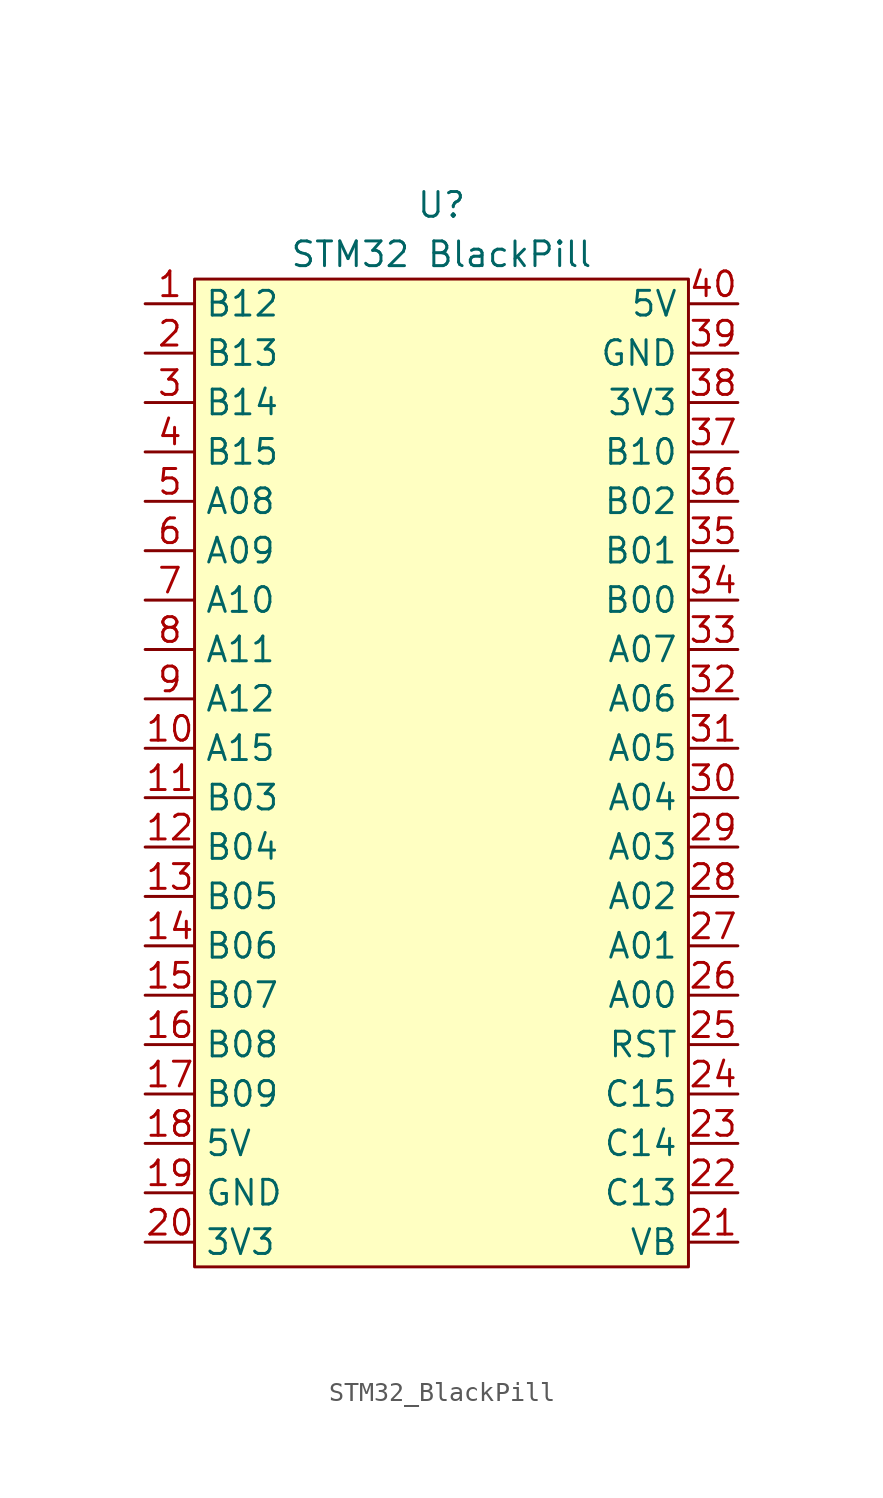
<source format=kicad_sym>
(kicad_symbol_lib
  (version 20220914)
  (generator kicad_symbol_editor)
  (symbol "STM32_BlackPill"
    (property "Reference" "U"
      (at 22.86 6.35 0)
      (effects (font (size 1.27 1.27))))
    (property "Value" "STM32 BlackPill"
      (at 22.86 3.81 0)
      (effects (font (size 1.27 1.27))))
    (symbol "STM32_BlackPill_1_1"
      (rectangle (start 10.16 2.54) (end 35.56 -48.26) (stroke (width 0) (type default)) (fill (type background)))
      (pin bidirectional line (at 7.62 1.27 0) (length 2.54) (name "B12" (effects (font (size 1.27 1.27)))) (number "1" (effects (font (size 1.27 1.27)))))
      (pin bidirectional line (at 7.62 -21.59 0) (length 2.54) (name "A15" (effects (font (size 1.27 1.27)))) (number "10" (effects (font (size 1.27 1.27)))))
      (pin bidirectional line (at 7.62 -24.13 0) (length 2.54) (name "B03" (effects (font (size 1.27 1.27)))) (number "11" (effects (font (size 1.27 1.27)))))
      (pin bidirectional line (at 7.62 -26.67 0) (length 2.54) (name "B04" (effects (font (size 1.27 1.27)))) (number "12" (effects (font (size 1.27 1.27)))))
      (pin bidirectional line (at 7.62 -29.21 0) (length 2.54) (name "B05" (effects (font (size 1.27 1.27)))) (number "13" (effects (font (size 1.27 1.27)))))
      (pin bidirectional line (at 7.62 -31.75 0) (length 2.54) (name "B06" (effects (font (size 1.27 1.27)))) (number "14" (effects (font (size 1.27 1.27)))))
      (pin bidirectional line (at 7.62 -34.29 0) (length 2.54) (name "B07" (effects (font (size 1.27 1.27)))) (number "15" (effects (font (size 1.27 1.27)))))
      (pin bidirectional line (at 7.62 -36.83 0) (length 2.54) (name "B08" (effects (font (size 1.27 1.27)))) (number "16" (effects (font (size 1.27 1.27)))))
      (pin bidirectional line (at 7.62 -39.37 0) (length 2.54) (name "B09" (effects (font (size 1.27 1.27)))) (number "17" (effects (font (size 1.27 1.27)))))
      (pin power_out line (at 7.62 -41.91 0) (length 2.54) (name "5V" (effects (font (size 1.27 1.27)))) (number "18" (effects (font (size 1.27 1.27)))))
      (pin power_in line (at 7.62 -44.45 0) (length 2.54) (name "GND" (effects (font (size 1.27 1.27)))) (number "19" (effects (font (size 1.27 1.27)))))
      (pin bidirectional line (at 7.62 -1.27 0) (length 2.54) (name "B13" (effects (font (size 1.27 1.27)))) (number "2" (effects (font (size 1.27 1.27)))))
      (pin power_in line (at 7.62 -46.99 0) (length 2.54) (name "3V3" (effects (font (size 1.27 1.27)))) (number "20" (effects (font (size 1.27 1.27)))))
      (pin power_in line (at 38.1 -46.99 180) (length 2.54) (name "VB" (effects (font (size 1.27 1.27)))) (number "21" (effects (font (size 1.27 1.27)))))
      (pin bidirectional line (at 38.1 -44.45 180) (length 2.54) (name "C13" (effects (font (size 1.27 1.27)))) (number "22" (effects (font (size 1.27 1.27)))))
      (pin bidirectional line (at 38.1 -41.91 180) (length 2.54) (name "C14" (effects (font (size 1.27 1.27)))) (number "23" (effects (font (size 1.27 1.27)))))
      (pin bidirectional line (at 38.1 -39.37 180) (length 2.54) (name "C15" (effects (font (size 1.27 1.27)))) (number "24" (effects (font (size 1.27 1.27)))))
      (pin input line (at 38.1 -36.83 180) (length 2.54) (name "RST" (effects (font (size 1.27 1.27)))) (number "25" (effects (font (size 1.27 1.27)))))
      (pin bidirectional line (at 38.1 -34.29 180) (length 2.54) (name "A00" (effects (font (size 1.27 1.27)))) (number "26" (effects (font (size 1.27 1.27)))))
      (pin bidirectional line (at 38.1 -31.75 180) (length 2.54) (name "A01" (effects (font (size 1.27 1.27)))) (number "27" (effects (font (size 1.27 1.27)))))
      (pin bidirectional line (at 38.1 -29.21 180) (length 2.54) (name "A02" (effects (font (size 1.27 1.27)))) (number "28" (effects (font (size 1.27 1.27)))))
      (pin bidirectional line (at 38.1 -26.67 180) (length 2.54) (name "A03" (effects (font (size 1.27 1.27)))) (number "29" (effects (font (size 1.27 1.27)))))
      (pin bidirectional line (at 7.62 -3.81 0) (length 2.54) (name "B14" (effects (font (size 1.27 1.27)))) (number "3" (effects (font (size 1.27 1.27)))))
      (pin bidirectional line (at 38.1 -24.13 180) (length 2.54) (name "A04" (effects (font (size 1.27 1.27)))) (number "30" (effects (font (size 1.27 1.27)))))
      (pin bidirectional line (at 38.1 -21.59 180) (length 2.54) (name "A05" (effects (font (size 1.27 1.27)))) (number "31" (effects (font (size 1.27 1.27)))))
      (pin bidirectional line (at 38.1 -19.05 180) (length 2.54) (name "A06" (effects (font (size 1.27 1.27)))) (number "32" (effects (font (size 1.27 1.27)))))
      (pin bidirectional line (at 38.1 -16.51 180) (length 2.54) (name "A07" (effects (font (size 1.27 1.27)))) (number "33" (effects (font (size 1.27 1.27)))))
      (pin bidirectional line (at 38.1 -13.97 180) (length 2.54) (name "B00" (effects (font (size 1.27 1.27)))) (number "34" (effects (font (size 1.27 1.27)))))
      (pin bidirectional line (at 38.1 -11.43 180) (length 2.54) (name "B01" (effects (font (size 1.27 1.27)))) (number "35" (effects (font (size 1.27 1.27)))))
      (pin bidirectional line (at 38.1 -8.89 180) (length 2.54) (name "B02" (effects (font (size 1.27 1.27)))) (number "36" (effects (font (size 1.27 1.27)))))
      (pin bidirectional line (at 38.1 -6.35 180) (length 2.54) (name "B10" (effects (font (size 1.27 1.27)))) (number "37" (effects (font (size 1.27 1.27)))))
      (pin power_in line (at 38.1 -3.81 180) (length 2.54) (name "3V3" (effects (font (size 1.27 1.27)))) (number "38" (effects (font (size 1.27 1.27)))))
      (pin power_in line (at 38.1 -1.27 180) (length 2.54) (name "GND" (effects (font (size 1.27 1.27)))) (number "39" (effects (font (size 1.27 1.27)))))
      (pin bidirectional line (at 7.62 -6.35 0) (length 2.54) (name "B15" (effects (font (size 1.27 1.27)))) (number "4" (effects (font (size 1.27 1.27)))))
      (pin power_in line (at 38.1 1.27 180) (length 2.54) (name "5V" (effects (font (size 1.27 1.27)))) (number "40" (effects (font (size 1.27 1.27)))))
      (pin bidirectional line (at 7.62 -8.89 0) (length 2.54) (name "A08" (effects (font (size 1.27 1.27)))) (number "5" (effects (font (size 1.27 1.27)))))
      (pin bidirectional line (at 7.62 -11.43 0) (length 2.54) (name "A09" (effects (font (size 1.27 1.27)))) (number "6" (effects (font (size 1.27 1.27)))))
      (pin bidirectional line (at 7.62 -13.97 0) (length 2.54) (name "A10" (effects (font (size 1.27 1.27)))) (number "7" (effects (font (size 1.27 1.27)))))
      (pin bidirectional line (at 7.62 -16.51 0) (length 2.54) (name "A11" (effects (font (size 1.27 1.27)))) (number "8" (effects (font (size 1.27 1.27)))))
      (pin bidirectional line (at 7.62 -19.05 0) (length 2.54) (name "A12" (effects (font (size 1.27 1.27)))) (number "9" (effects (font (size 1.27 1.27))))))))
</source>
